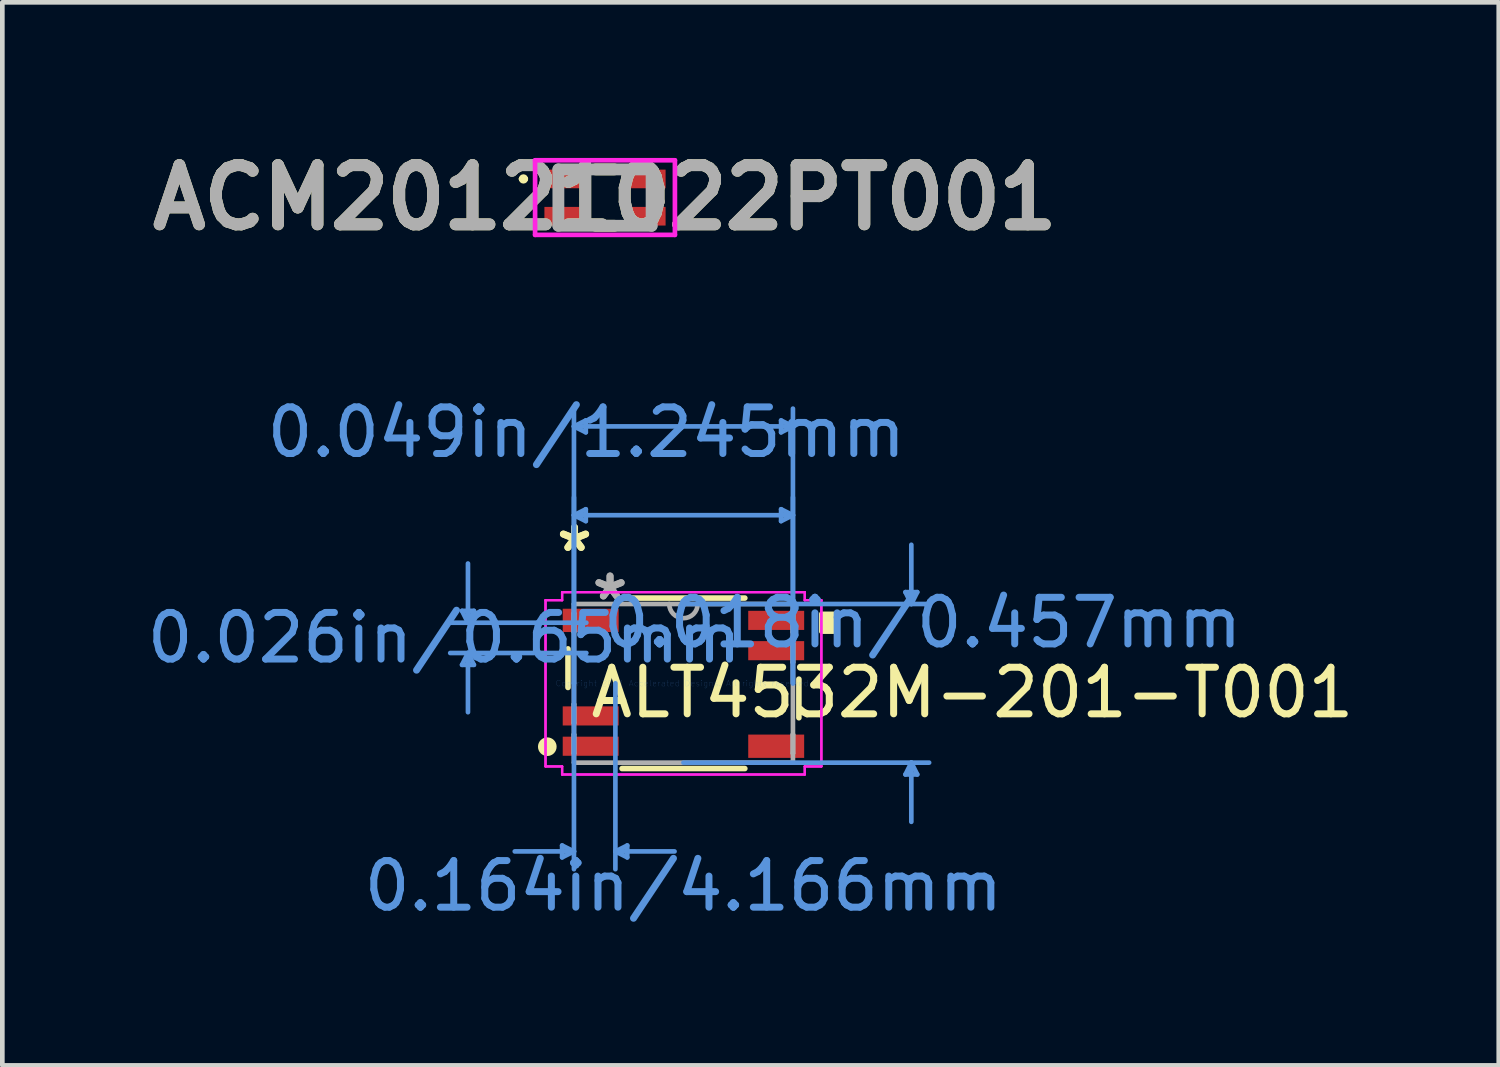
<source format=kicad_pcb>
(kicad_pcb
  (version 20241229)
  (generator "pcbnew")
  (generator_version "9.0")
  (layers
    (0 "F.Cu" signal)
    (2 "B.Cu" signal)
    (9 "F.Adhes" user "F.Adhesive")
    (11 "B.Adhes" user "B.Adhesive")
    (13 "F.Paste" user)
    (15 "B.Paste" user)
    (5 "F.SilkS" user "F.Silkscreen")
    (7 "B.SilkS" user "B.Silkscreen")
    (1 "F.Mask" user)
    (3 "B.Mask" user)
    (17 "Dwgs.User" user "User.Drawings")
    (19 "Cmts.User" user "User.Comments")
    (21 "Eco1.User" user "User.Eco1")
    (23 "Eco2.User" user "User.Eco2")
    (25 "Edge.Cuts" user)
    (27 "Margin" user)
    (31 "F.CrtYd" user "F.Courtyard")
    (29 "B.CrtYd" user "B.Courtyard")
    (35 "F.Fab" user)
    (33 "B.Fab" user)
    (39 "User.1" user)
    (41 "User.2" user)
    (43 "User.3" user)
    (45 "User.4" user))
  (footprint "ACM20121022PT001"
    (layer "F.Cu")
    (at 9.93 1.189)
    (property "Reference" "ACM20121022PT001" (at 0 0 0) (layer "F.SilkS") (effects (font (size 1.27 1.27) (thickness 0.254))))
    (attr smd)
    (fp_line (start -1.8 -0.4) (end -1.8 -0.4) (stroke (width 0.1) (type solid)) (layer "F.SilkS"))
    (fp_line (start -1.7 -0.4) (end -1.7 -0.4) (stroke (width 0.1) (type solid)) (layer "F.SilkS"))
    (fp_line (start -0.2 -0.605) (end 0.2 -0.605) (stroke (width 0.254) (type solid)) (layer "F.SilkS"))
    (fp_line (start -0.2 0.605) (end 0.2 0.605) (stroke (width 0.254) (type solid)) (layer "F.SilkS"))
    (fp_arc (start -1.8 -0.4) (mid -1.75 -0.45) (end -1.7 -0.4) (stroke (width 0.1) (type solid)) (layer "F.SilkS"))
    (fp_arc (start -1.7 -0.4) (mid -1.75 -0.35) (end -1.8 -0.4) (stroke (width 0.1) (type solid)) (layer "F.SilkS"))
    (fp_line (start -1.5 -0.8) (end 1.5 -0.8) (stroke (width 0.1) (type solid)) (layer "F.CrtYd"))
    (fp_line (start -1.5 0.8) (end -1.5 -0.8) (stroke (width 0.1) (type solid)) (layer "F.CrtYd"))
    (fp_line (start -1.5 0.8) (end 1.5 0.8) (stroke (width 0.1) (type solid)) (layer "F.CrtYd"))
    (fp_line (start 1.5 0.8) (end 1.5 -0.8) (stroke (width 0.1) (type solid)) (layer "F.CrtYd"))
    (fp_line (start -1 -0.605) (end 1 -0.605) (stroke (width 0.254) (type solid)) (layer "F.Fab"))
    (fp_line (start -1 0.605) (end -1 -0.605) (stroke (width 0.254) (type solid)) (layer "F.Fab"))
    (fp_line (start 1 -0.605) (end 1 0.605) (stroke (width 0.254) (type solid)) (layer "F.Fab"))
    (fp_line (start 1 0.605) (end -1 0.605) (stroke (width 0.254) (type solid)) (layer "F.Fab"))
    (fp_text user "${REFERENCE}" (at 0 0 0) (layer "F.Fab") (effects (font (size 1.27 1.27) (thickness 0.254))))
    (pad "1" smd rect (at -0.925 -0.4 90) (size 0.4 0.75) (layers "F.Cu" "F.Mask" "F.Paste"))
    (pad "2" smd rect (at -0.925 0.4 90) (size 0.4 0.75) (layers "F.Cu" "F.Mask" "F.Paste"))
    (pad "3" smd rect (at 0.925 0.4 90) (size 0.4 0.75) (layers "F.Cu" "F.Mask" "F.Paste"))
    (pad "4" smd rect (at 0.925 -0.4 90) (size 0.4 0.75) (layers "F.Cu" "F.Mask" "F.Paste")))
  (footprint "ALT4532M-201-T001"
    (layer "F.Cu")
    (at 11.613 11.61)
    (property "Reference" "ALT4532M-201-T001" (at 6.2 0.2 0) (layer "F.SilkS") (effects (font (size 1 1) (thickness 0.15))))
    (attr through_hole)
    (fp_line (start -2.477 -0.739) (end -2.477 0.089) (stroke (width 0.12) (type solid)) (layer "F.SilkS"))
    (fp_line (start -1.317 1.829) (end 1.317 1.829) (stroke (width 0.12) (type solid)) (layer "F.SilkS"))
    (fp_line (start 1.317 -1.829) (end -1.317 -1.829) (stroke (width 0.12) (type solid)) (layer "F.SilkS"))
    (fp_line (start 2.477 0.739) (end 2.477 -0.089) (stroke (width 0.12) (type solid)) (layer "F.SilkS"))
    (fp_circle (center -2.921 1.36) (end -2.821 1.36) (stroke (width 0.2) (type solid)) (fill no) (layer "F.SilkS"))
    (fp_poly (pts (xy 3.213 -1.49) (xy 3.213 -1.109) (xy 2.959 -1.109) (xy 2.959 -1.49)) (stroke (width 0.1) (type solid)) (fill yes) (layer "F.SilkS"))
    (fp_line (start -4.75 -1.554) (end -4.496 -1.554) (stroke (width 0.1) (type solid)) (layer "Cmts.User"))
    (fp_line (start -4.75 -0.396) (end -4.496 -0.396) (stroke (width 0.1) (type solid)) (layer "Cmts.User"))
    (fp_line (start -4.623 -1.3) (end -4.75 -1.554) (stroke (width 0.1) (type solid)) (layer "Cmts.User"))
    (fp_line (start -4.623 -1.3) (end -4.623 -2.57) (stroke (width 0.1) (type solid)) (layer "Cmts.User"))
    (fp_line (start -4.623 -1.3) (end -4.496 -1.554) (stroke (width 0.1) (type solid)) (layer "Cmts.User"))
    (fp_line (start -4.623 -0.65) (end -4.75 -0.396) (stroke (width 0.1) (type solid)) (layer "Cmts.User"))
    (fp_line (start -4.623 -0.65) (end -4.623 0.62) (stroke (width 0.1) (type solid)) (layer "Cmts.User"))
    (fp_line (start -4.623 -0.65) (end -4.496 -0.396) (stroke (width 0.1) (type solid)) (layer "Cmts.User"))
    (fp_line (start -2.603 3.48) (end -2.603 3.734) (stroke (width 0.1) (type solid)) (layer "Cmts.User"))
    (fp_line (start -2.349 -5.512) (end -2.095 -5.639) (stroke (width 0.1) (type solid)) (layer "Cmts.User"))
    (fp_line (start -2.349 -5.512) (end -2.095 -5.385) (stroke (width 0.1) (type solid)) (layer "Cmts.User"))
    (fp_line (start -2.349 -5.512) (end 2.349 -5.512) (stroke (width 0.1) (type solid)) (layer "Cmts.User"))
    (fp_line (start -2.349 -3.607) (end -2.095 -3.734) (stroke (width 0.1) (type solid)) (layer "Cmts.User"))
    (fp_line (start -2.349 -3.607) (end -2.095 -3.48) (stroke (width 0.1) (type solid)) (layer "Cmts.User"))
    (fp_line (start -2.349 -3.607) (end 2.349 -3.607) (stroke (width 0.1) (type solid)) (layer "Cmts.User"))
    (fp_line (start -2.349 0) (end -2.349 -5.893) (stroke (width 0.1) (type solid)) (layer "Cmts.User"))
    (fp_line (start -2.349 0) (end -2.349 -3.988) (stroke (width 0.1) (type solid)) (layer "Cmts.User"))
    (fp_line (start -2.349 0) (end -2.349 3.988) (stroke (width 0.1) (type solid)) (layer "Cmts.User"))
    (fp_line (start -2.349 3.607) (end -3.619 3.607) (stroke (width 0.1) (type solid)) (layer "Cmts.User"))
    (fp_line (start -2.349 3.607) (end -2.603 3.48) (stroke (width 0.1) (type solid)) (layer "Cmts.User"))
    (fp_line (start -2.349 3.607) (end -2.603 3.734) (stroke (width 0.1) (type solid)) (layer "Cmts.User"))
    (fp_line (start -2.095 -5.639) (end -2.095 -5.385) (stroke (width 0.1) (type solid)) (layer "Cmts.User"))
    (fp_line (start -2.095 -3.734) (end -2.095 -3.48) (stroke (width 0.1) (type solid)) (layer "Cmts.User"))
    (fp_line (start -2.083 -1.3) (end -5.004 -1.3) (stroke (width 0.1) (type solid)) (layer "Cmts.User"))
    (fp_line (start -2.083 -0.65) (end -5.004 -0.65) (stroke (width 0.1) (type solid)) (layer "Cmts.User"))
    (fp_line (start -1.46 0) (end -1.46 3.988) (stroke (width 0.1) (type solid)) (layer "Cmts.User"))
    (fp_line (start -1.46 3.607) (end -1.206 3.48) (stroke (width 0.1) (type solid)) (layer "Cmts.User"))
    (fp_line (start -1.46 3.607) (end -1.206 3.734) (stroke (width 0.1) (type solid)) (layer "Cmts.User"))
    (fp_line (start -1.46 3.607) (end -0.191 3.607) (stroke (width 0.1) (type solid)) (layer "Cmts.User"))
    (fp_line (start -1.206 3.48) (end -1.206 3.734) (stroke (width 0.1) (type solid)) (layer "Cmts.User"))
    (fp_line (start 0 -1.702) (end 5.271 -1.702) (stroke (width 0.1) (type solid)) (layer "Cmts.User"))
    (fp_line (start 0 1.702) (end 5.271 1.702) (stroke (width 0.1) (type solid)) (layer "Cmts.User"))
    (fp_line (start 2.095 -5.639) (end 2.095 -5.385) (stroke (width 0.1) (type solid)) (layer "Cmts.User"))
    (fp_line (start 2.095 -3.734) (end 2.095 -3.48) (stroke (width 0.1) (type solid)) (layer "Cmts.User"))
    (fp_line (start 2.349 -5.512) (end 2.095 -5.639) (stroke (width 0.1) (type solid)) (layer "Cmts.User"))
    (fp_line (start 2.349 -5.512) (end 2.095 -5.385) (stroke (width 0.1) (type solid)) (layer "Cmts.User"))
    (fp_line (start 2.349 -3.607) (end 2.095 -3.734) (stroke (width 0.1) (type solid)) (layer "Cmts.User"))
    (fp_line (start 2.349 -3.607) (end 2.095 -3.48) (stroke (width 0.1) (type solid)) (layer "Cmts.User"))
    (fp_line (start 2.349 0) (end 2.349 -5.893) (stroke (width 0.1) (type solid)) (layer "Cmts.User"))
    (fp_line (start 2.349 0) (end 2.349 -3.988) (stroke (width 0.1) (type solid)) (layer "Cmts.User"))
    (fp_line (start 4.763 -1.956) (end 5.016 -1.956) (stroke (width 0.1) (type solid)) (layer "Cmts.User"))
    (fp_line (start 4.763 1.956) (end 5.016 1.956) (stroke (width 0.1) (type solid)) (layer "Cmts.User"))
    (fp_line (start 4.889 -1.702) (end 4.763 -1.956) (stroke (width 0.1) (type solid)) (layer "Cmts.User"))
    (fp_line (start 4.889 -1.702) (end 4.889 -2.972) (stroke (width 0.1) (type solid)) (layer "Cmts.User"))
    (fp_line (start 4.889 -1.702) (end 5.016 -1.956) (stroke (width 0.1) (type solid)) (layer "Cmts.User"))
    (fp_line (start 4.889 1.702) (end 4.763 1.956) (stroke (width 0.1) (type solid)) (layer "Cmts.User"))
    (fp_line (start 4.889 1.702) (end 4.889 2.972) (stroke (width 0.1) (type solid)) (layer "Cmts.User"))
    (fp_line (start 4.889 1.702) (end 5.016 1.956) (stroke (width 0.1) (type solid)) (layer "Cmts.User"))
    (fp_line (start -2.959 -1.783) (end -2.603 -1.783) (stroke (width 0.05) (type solid)) (layer "F.CrtYd"))
    (fp_line (start -2.959 -1.783) (end -2.603 -1.783) (stroke (width 0.05) (type solid)) (layer "F.CrtYd"))
    (fp_line (start -2.959 1.783) (end -2.959 -1.783) (stroke (width 0.05) (type solid)) (layer "F.CrtYd"))
    (fp_line (start -2.959 1.783) (end -2.959 -1.783) (stroke (width 0.05) (type solid)) (layer "F.CrtYd"))
    (fp_line (start -2.959 1.783) (end -2.603 1.783) (stroke (width 0.05) (type solid)) (layer "F.CrtYd"))
    (fp_line (start -2.603 -1.956) (end 2.603 -1.956) (stroke (width 0.05) (type solid)) (layer "F.CrtYd"))
    (fp_line (start -2.603 -1.956) (end 2.603 -1.956) (stroke (width 0.05) (type solid)) (layer "F.CrtYd"))
    (fp_line (start -2.603 -1.783) (end -2.603 -1.956) (stroke (width 0.05) (type solid)) (layer "F.CrtYd"))
    (fp_line (start -2.603 -1.783) (end -2.603 -1.956) (stroke (width 0.05) (type solid)) (layer "F.CrtYd"))
    (fp_line (start -2.603 1.783) (end -2.959 1.783) (stroke (width 0.05) (type solid)) (layer "F.CrtYd"))
    (fp_line (start -2.603 1.956) (end -2.603 1.783) (stroke (width 0.05) (type solid)) (layer "F.CrtYd"))
    (fp_line (start -2.603 1.956) (end -2.603 1.783) (stroke (width 0.05) (type solid)) (layer "F.CrtYd"))
    (fp_line (start 2.603 -1.956) (end 2.603 -1.783) (stroke (width 0.05) (type solid)) (layer "F.CrtYd"))
    (fp_line (start 2.603 -1.956) (end 2.603 -1.783) (stroke (width 0.05) (type solid)) (layer "F.CrtYd"))
    (fp_line (start 2.603 -1.783) (end 2.959 -1.783) (stroke (width 0.05) (type solid)) (layer "F.CrtYd"))
    (fp_line (start 2.603 1.783) (end 2.603 1.956) (stroke (width 0.05) (type solid)) (layer "F.CrtYd"))
    (fp_line (start 2.603 1.783) (end 2.603 1.956) (stroke (width 0.05) (type solid)) (layer "F.CrtYd"))
    (fp_line (start 2.603 1.956) (end -2.603 1.956) (stroke (width 0.05) (type solid)) (layer "F.CrtYd"))
    (fp_line (start 2.603 1.956) (end -2.603 1.956) (stroke (width 0.05) (type solid)) (layer "F.CrtYd"))
    (fp_line (start 2.959 -1.783) (end 2.603 -1.783) (stroke (width 0.05) (type solid)) (layer "F.CrtYd"))
    (fp_line (start 2.959 -1.783) (end 2.959 1.783) (stroke (width 0.05) (type solid)) (layer "F.CrtYd"))
    (fp_line (start 2.959 -1.783) (end 2.959 1.783) (stroke (width 0.05) (type solid)) (layer "F.CrtYd"))
    (fp_line (start 2.959 1.783) (end 2.603 1.783) (stroke (width 0.05) (type solid)) (layer "F.CrtYd"))
    (fp_line (start 2.959 1.783) (end 2.603 1.783) (stroke (width 0.05) (type solid)) (layer "F.CrtYd"))
    (fp_line (start -2.349 -1.702) (end -2.349 1.702) (stroke (width 0.1) (type solid)) (layer "F.Fab"))
    (fp_line (start -2.349 -1.503) (end -2.349 -1.503) (stroke (width 0.1) (type solid)) (layer "F.Fab"))
    (fp_line (start -2.349 -1.503) (end -2.349 -1.097) (stroke (width 0.1) (type solid)) (layer "F.Fab"))
    (fp_line (start -2.349 -1.097) (end -2.349 -1.503) (stroke (width 0.1) (type solid)) (layer "F.Fab"))
    (fp_line (start -2.349 -1.097) (end -2.349 -1.097) (stroke (width 0.1) (type solid)) (layer "F.Fab"))
    (fp_line (start -2.349 0.447) (end -2.349 0.447) (stroke (width 0.1) (type solid)) (layer "F.Fab"))
    (fp_line (start -2.349 0.447) (end -2.349 0.853) (stroke (width 0.1) (type solid)) (layer "F.Fab"))
    (fp_line (start -2.349 0.853) (end -2.349 0.447) (stroke (width 0.1) (type solid)) (layer "F.Fab"))
    (fp_line (start -2.349 0.853) (end -2.349 0.853) (stroke (width 0.1) (type solid)) (layer "F.Fab"))
    (fp_line (start -2.349 1.097) (end -2.349 1.097) (stroke (width 0.1) (type solid)) (layer "F.Fab"))
    (fp_line (start -2.349 1.097) (end -2.349 1.503) (stroke (width 0.1) (type solid)) (layer "F.Fab"))
    (fp_line (start -2.349 1.503) (end -2.349 1.097) (stroke (width 0.1) (type solid)) (layer "F.Fab"))
    (fp_line (start -2.349 1.503) (end -2.349 1.503) (stroke (width 0.1) (type solid)) (layer "F.Fab"))
    (fp_line (start -2.349 1.702) (end 2.349 1.702) (stroke (width 0.1) (type solid)) (layer "F.Fab"))
    (fp_line (start 2.349 -1.702) (end -2.349 -1.702) (stroke (width 0.1) (type solid)) (layer "F.Fab"))
    (fp_line (start 2.349 -1.503) (end 2.349 -1.503) (stroke (width 0.1) (type solid)) (layer "F.Fab"))
    (fp_line (start 2.349 -1.503) (end 2.349 -1.097) (stroke (width 0.1) (type solid)) (layer "F.Fab"))
    (fp_line (start 2.349 -1.097) (end 2.349 -1.503) (stroke (width 0.1) (type solid)) (layer "F.Fab"))
    (fp_line (start 2.349 -1.097) (end 2.349 -1.097) (stroke (width 0.1) (type solid)) (layer "F.Fab"))
    (fp_line (start 2.349 -0.853) (end 2.349 -0.853) (stroke (width 0.1) (type solid)) (layer "F.Fab"))
    (fp_line (start 2.349 -0.853) (end 2.349 -0.447) (stroke (width 0.1) (type solid)) (layer "F.Fab"))
    (fp_line (start 2.349 -0.447) (end 2.349 -0.853) (stroke (width 0.1) (type solid)) (layer "F.Fab"))
    (fp_line (start 2.349 -0.447) (end 2.349 -0.447) (stroke (width 0.1) (type solid)) (layer "F.Fab"))
    (fp_line (start 2.349 1.097) (end 2.349 1.097) (stroke (width 0.1) (type solid)) (layer "F.Fab"))
    (fp_line (start 2.349 1.097) (end 2.349 1.503) (stroke (width 0.1) (type solid)) (layer "F.Fab"))
    (fp_line (start 2.349 1.503) (end 2.349 1.097) (stroke (width 0.1) (type solid)) (layer "F.Fab"))
    (fp_line (start 2.349 1.503) (end 2.349 1.503) (stroke (width 0.1) (type solid)) (layer "F.Fab"))
    (fp_line (start 2.349 1.702) (end 2.349 -1.702) (stroke (width 0.1) (type solid)) (layer "F.Fab"))
    (fp_arc (start 0.3048 -1.7018) (mid 0 -1.397) (end -0.3048 -1.7018) (stroke (width 0.1) (type solid)) (layer "F.Fab"))
    (fp_text user "*" (at -2.337 -2.799 0) (layer "F.SilkS") (effects (font (size 1 1) (thickness 0.15))))
    (fp_text user "*" (at -2.337 -2.799 0) (layer "F.SilkS") (effects (font (size 1 1) (thickness 0.15))))
    (fp_text user "0.026in/0.65mm" (at -5.131 -0.975 0) (layer "Cmts.User") (effects (font (size 1 1) (thickness 0.15))))
    (fp_text user "0.049in/1.245mm" (at -2.083 -5.385 0) (layer "Cmts.User") (effects (font (size 1 1) (thickness 0.15))))
    (fp_text user "Copyright 2021 Accelerated Designs. All rights reserved." (at 0 0 0) (layer "Cmts.User") (effects (font (size 0.127 0.127) (thickness 0.002))))
    (fp_text user "0.018in/0.457mm" (at 5.131 -1.3 0) (layer "Cmts.User") (effects (font (size 1 1) (thickness 0.15))))
    (fp_text user "0.164in/4.166mm" (at 0 4.348 0) (layer "Cmts.User") (effects (font (size 1 1) (thickness 0.15))))
    (fp_text user "*" (at -1.575 -1.757 0) (layer "F.Fab") (effects (font (size 1 1) (thickness 0.15))))
    (fp_text user "*" (at -1.575 -1.757 0) (layer "F.Fab") (effects (font (size 1 1) (thickness 0.15))))
    (pad "1" smd rect (at -1.99 1.35) (size 1.2 0.41) (layers "F.Cu" "F.Mask" "F.Paste"))
    (pad "2" smd rect (at -1.99 0.7) (size 1.2 0.41) (layers "F.Cu" "F.Mask" "F.Paste"))
    (pad "3" smd rect (at -1.99 -1.35) (size 1.2 0.5) (layers "F.Cu" "F.Mask" "F.Paste"))
    (pad "4" smd rect (at 1.99 -1.35) (size 1.2 0.41) (layers "F.Cu" "F.Mask" "F.Paste"))
    (pad "5" smd rect (at 1.99 -0.7) (size 1.2 0.41) (layers "F.Cu" "F.Mask" "F.Paste"))
    (pad "6" smd rect (at 1.99 1.35) (size 1.2 0.5) (layers "F.Cu" "F.Mask" "F.Paste")))
  (gr_rect
    (start -3 -3)
    (end 29.105 19.807)
    (stroke (width 0.1) (type default))
    (fill no)
    (layer "Edge.Cuts")))
</source>
